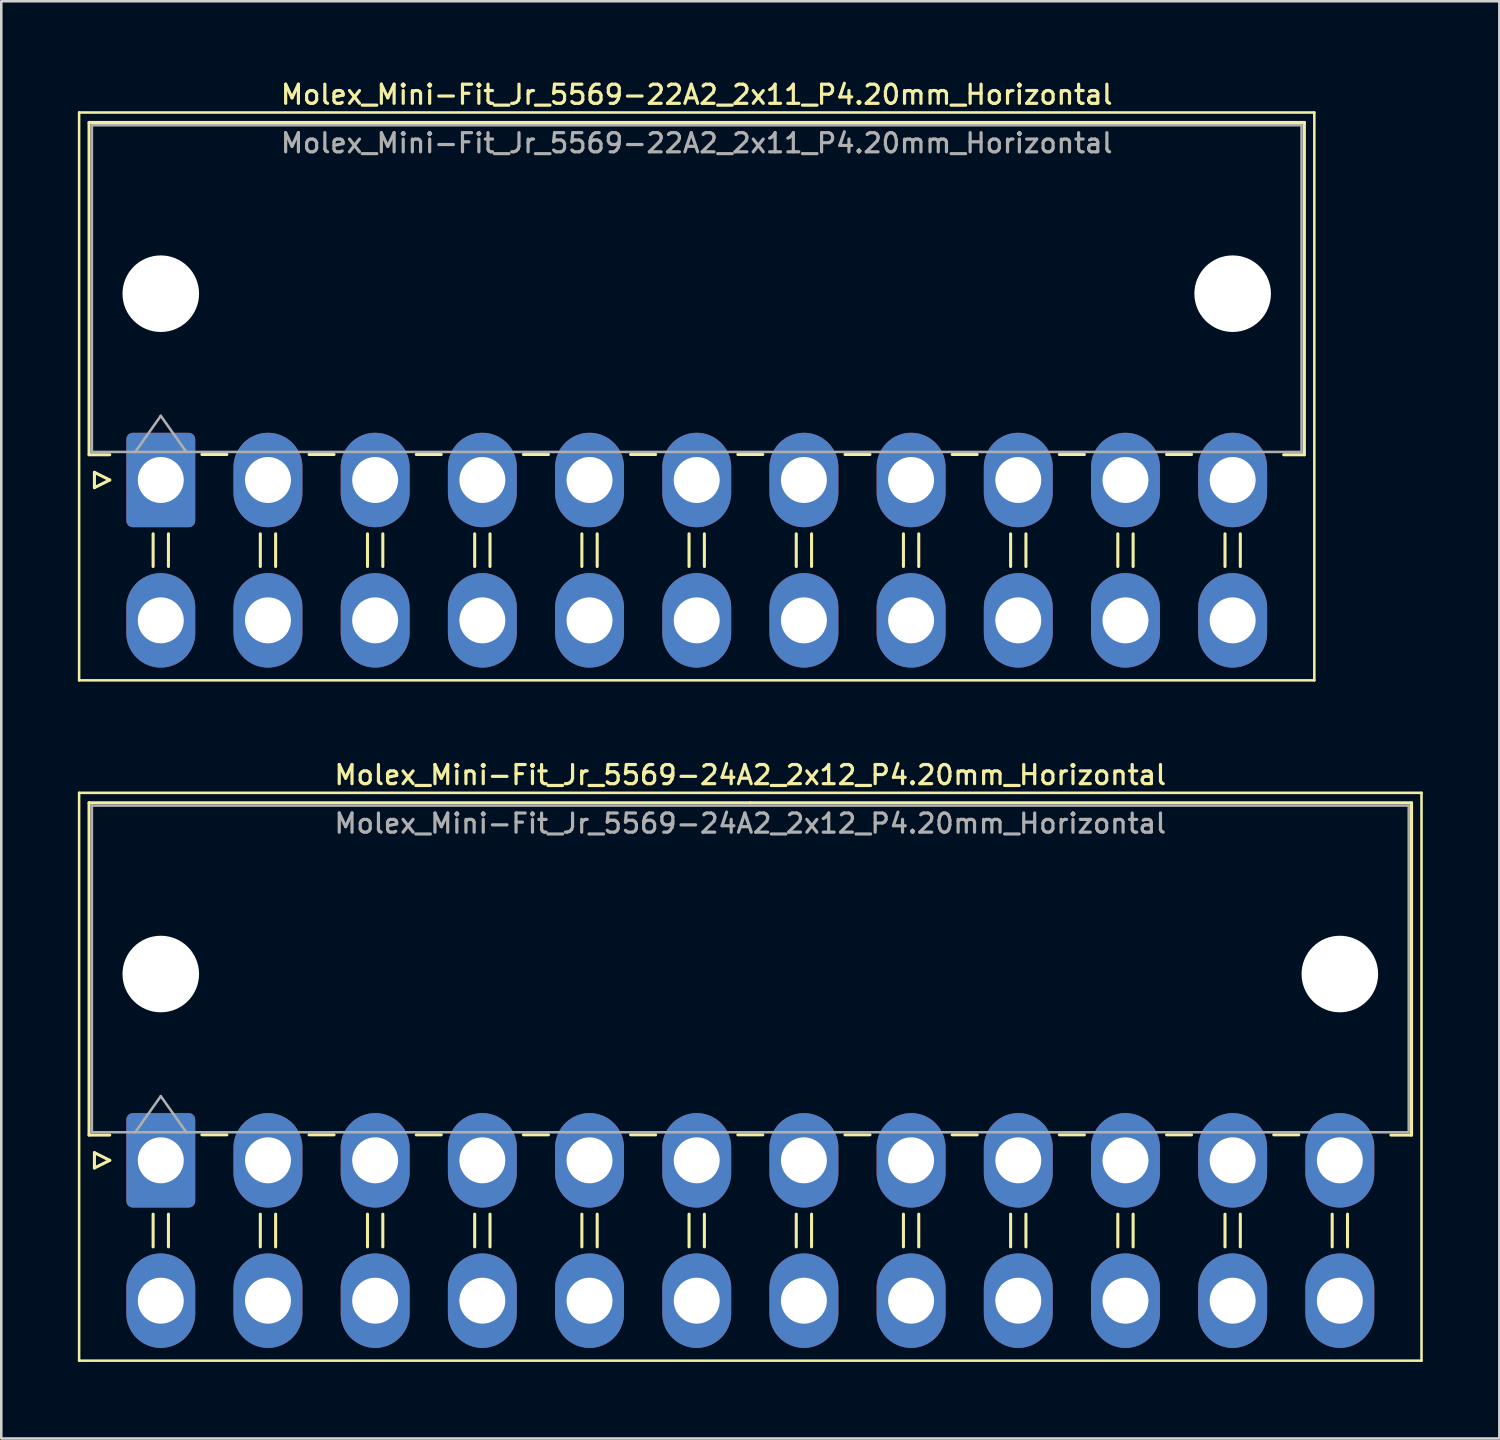
<source format=kicad_pcb>
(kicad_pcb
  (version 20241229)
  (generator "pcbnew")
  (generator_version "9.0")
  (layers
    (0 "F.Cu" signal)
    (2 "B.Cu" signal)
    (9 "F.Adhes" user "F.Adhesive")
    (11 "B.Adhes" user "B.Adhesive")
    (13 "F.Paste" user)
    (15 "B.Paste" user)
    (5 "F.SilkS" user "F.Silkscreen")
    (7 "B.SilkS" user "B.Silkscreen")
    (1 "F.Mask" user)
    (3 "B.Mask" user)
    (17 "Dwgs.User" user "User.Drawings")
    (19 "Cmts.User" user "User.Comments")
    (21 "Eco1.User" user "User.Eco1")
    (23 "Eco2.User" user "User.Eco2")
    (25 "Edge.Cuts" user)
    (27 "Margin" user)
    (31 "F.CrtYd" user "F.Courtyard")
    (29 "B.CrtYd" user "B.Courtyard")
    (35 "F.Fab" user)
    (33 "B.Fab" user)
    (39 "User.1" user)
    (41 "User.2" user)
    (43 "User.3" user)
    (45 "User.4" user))
  (footprint "Molex_Mini-Fit_Jr_5569-22A2_2x11_P4.20mm_Horizontal"
    (layer "F.Cu")
    (at 3.25 15.758)
    (property "Reference" "Molex_Mini-Fit_Jr_5569-22A2_2x11_P4.20mm_Horizontal" (at 21 -15.1 0) (layer "F.SilkS") (effects (font (size 0.75 0.75) (thickness 0.125))))
    (attr through_hole)
    (fp_line (start -3.2 -14.4) (end -3.2 7.85) (stroke (width 0.1) (type solid)) (layer "F.SilkS"))
    (fp_line (start -3.2 7.85) (end 45.2 7.85) (stroke (width 0.1) (type solid)) (layer "F.SilkS"))
    (fp_line (start -2.81 -14.01) (end 21 -14.01) (stroke (width 0.12) (type solid)) (layer "F.SilkS"))
    (fp_line (start -2.81 -0.99) (end -2.81 -14.01) (stroke (width 0.12) (type solid)) (layer "F.SilkS"))
    (fp_line (start -2.6 -0.3) (end -2 0) (stroke (width 0.12) (type solid)) (layer "F.SilkS"))
    (fp_line (start -2.6 0.3) (end -2.6 -0.3) (stroke (width 0.12) (type solid)) (layer "F.SilkS"))
    (fp_line (start -2 -0.99) (end -2.81 -0.99) (stroke (width 0.12) (type solid)) (layer "F.SilkS"))
    (fp_line (start -2 0) (end -2.6 0.3) (stroke (width 0.12) (type solid)) (layer "F.SilkS"))
    (fp_line (start -0.3 2.11) (end -0.3 3.39) (stroke (width 0.12) (type solid)) (layer "F.SilkS"))
    (fp_line (start 0.3 2.11) (end 0.3 3.39) (stroke (width 0.12) (type solid)) (layer "F.SilkS"))
    (fp_line (start 1.61 -1) (end 2.59 -1) (stroke (width 0.12) (type solid)) (layer "F.SilkS"))
    (fp_line (start 3.9 2.11) (end 3.9 3.39) (stroke (width 0.12) (type solid)) (layer "F.SilkS"))
    (fp_line (start 4.5 2.11) (end 4.5 3.39) (stroke (width 0.12) (type solid)) (layer "F.SilkS"))
    (fp_line (start 5.81 -1) (end 6.79 -1) (stroke (width 0.12) (type solid)) (layer "F.SilkS"))
    (fp_line (start 8.1 2.11) (end 8.1 3.39) (stroke (width 0.12) (type solid)) (layer "F.SilkS"))
    (fp_line (start 8.7 2.11) (end 8.7 3.39) (stroke (width 0.12) (type solid)) (layer "F.SilkS"))
    (fp_line (start 10.01 -1) (end 10.99 -1) (stroke (width 0.12) (type solid)) (layer "F.SilkS"))
    (fp_line (start 12.3 2.11) (end 12.3 3.39) (stroke (width 0.12) (type solid)) (layer "F.SilkS"))
    (fp_line (start 12.9 2.11) (end 12.9 3.39) (stroke (width 0.12) (type solid)) (layer "F.SilkS"))
    (fp_line (start 14.21 -1) (end 15.19 -1) (stroke (width 0.12) (type solid)) (layer "F.SilkS"))
    (fp_line (start 16.5 2.11) (end 16.5 3.39) (stroke (width 0.12) (type solid)) (layer "F.SilkS"))
    (fp_line (start 17.1 2.11) (end 17.1 3.39) (stroke (width 0.12) (type solid)) (layer "F.SilkS"))
    (fp_line (start 18.41 -1) (end 19.39 -1) (stroke (width 0.12) (type solid)) (layer "F.SilkS"))
    (fp_line (start 20.7 2.11) (end 20.7 3.39) (stroke (width 0.12) (type solid)) (layer "F.SilkS"))
    (fp_line (start 21.3 2.11) (end 21.3 3.39) (stroke (width 0.12) (type solid)) (layer "F.SilkS"))
    (fp_line (start 22.61 -1) (end 23.59 -1) (stroke (width 0.12) (type solid)) (layer "F.SilkS"))
    (fp_line (start 24.9 2.11) (end 24.9 3.39) (stroke (width 0.12) (type solid)) (layer "F.SilkS"))
    (fp_line (start 25.5 2.11) (end 25.5 3.39) (stroke (width 0.12) (type solid)) (layer "F.SilkS"))
    (fp_line (start 26.81 -1) (end 27.79 -1) (stroke (width 0.12) (type solid)) (layer "F.SilkS"))
    (fp_line (start 29.1 2.11) (end 29.1 3.39) (stroke (width 0.12) (type solid)) (layer "F.SilkS"))
    (fp_line (start 29.7 2.11) (end 29.7 3.39) (stroke (width 0.12) (type solid)) (layer "F.SilkS"))
    (fp_line (start 31.01 -1) (end 31.99 -1) (stroke (width 0.12) (type solid)) (layer "F.SilkS"))
    (fp_line (start 33.3 2.11) (end 33.3 3.39) (stroke (width 0.12) (type solid)) (layer "F.SilkS"))
    (fp_line (start 33.9 2.11) (end 33.9 3.39) (stroke (width 0.12) (type solid)) (layer "F.SilkS"))
    (fp_line (start 35.21 -1) (end 36.19 -1) (stroke (width 0.12) (type solid)) (layer "F.SilkS"))
    (fp_line (start 37.5 2.11) (end 37.5 3.39) (stroke (width 0.12) (type solid)) (layer "F.SilkS"))
    (fp_line (start 38.1 2.11) (end 38.1 3.39) (stroke (width 0.12) (type solid)) (layer "F.SilkS"))
    (fp_line (start 39.41 -1) (end 40.39 -1) (stroke (width 0.12) (type solid)) (layer "F.SilkS"))
    (fp_line (start 41.7 2.11) (end 41.7 3.39) (stroke (width 0.12) (type solid)) (layer "F.SilkS"))
    (fp_line (start 42.3 2.11) (end 42.3 3.39) (stroke (width 0.12) (type solid)) (layer "F.SilkS"))
    (fp_line (start 44 -0.99) (end 44.81 -0.99) (stroke (width 0.12) (type solid)) (layer "F.SilkS"))
    (fp_line (start 44.81 -14.01) (end 21 -14.01) (stroke (width 0.12) (type solid)) (layer "F.SilkS"))
    (fp_line (start 44.81 -0.99) (end 44.81 -14.01) (stroke (width 0.12) (type solid)) (layer "F.SilkS"))
    (fp_line (start 45.2 -14.4) (end -3.2 -14.4) (stroke (width 0.1) (type solid)) (layer "F.SilkS"))
    (fp_line (start 45.2 7.85) (end 45.2 -14.4) (stroke (width 0.1) (type solid)) (layer "F.SilkS"))
    (fp_line (start -2.7 -13.9) (end -2.7 -1.1) (stroke (width 0.1) (type solid)) (layer "F.Fab"))
    (fp_line (start -2.7 -1.1) (end 44.7 -1.1) (stroke (width 0.1) (type solid)) (layer "F.Fab"))
    (fp_line (start -1 -1.1) (end 0 -2.514) (stroke (width 0.1) (type solid)) (layer "F.Fab"))
    (fp_line (start 0 -2.514) (end 1 -1.1) (stroke (width 0.1) (type solid)) (layer "F.Fab"))
    (fp_line (start 44.7 -13.9) (end -2.7 -13.9) (stroke (width 0.1) (type solid)) (layer "F.Fab"))
    (fp_line (start 44.7 -1.1) (end 44.7 -13.9) (stroke (width 0.1) (type solid)) (layer "F.Fab"))
    (fp_text user "${REFERENCE}" (at 21 -13.2 0) (layer "F.Fab") (effects (font (size 0.75 0.75) (thickness 0.125))))
    (pad "" np_thru_hole circle (at 0 -7.3) (size 3 3) (drill 3) (layers "*.Cu" "*.Mask"))
    (pad "" np_thru_hole circle (at 42 -7.3) (size 3 3) (drill 3) (layers "*.Cu" "*.Mask"))
    (pad "1" thru_hole roundrect (at 0 0) (size 2.7 3.7) (drill 1.8) (layers "*.Cu" "*.Mask") (roundrect_rratio 0.093))
    (pad "2" thru_hole oval (at 4.2 0) (size 2.7 3.7) (drill 1.8) (layers "*.Cu" "*.Mask"))
    (pad "3" thru_hole oval (at 8.4 0) (size 2.7 3.7) (drill 1.8) (layers "*.Cu" "*.Mask"))
    (pad "4" thru_hole oval (at 12.6 0) (size 2.7 3.7) (drill 1.8) (layers "*.Cu" "*.Mask"))
    (pad "5" thru_hole oval (at 16.8 0) (size 2.7 3.7) (drill 1.8) (layers "*.Cu" "*.Mask"))
    (pad "6" thru_hole oval (at 21 0) (size 2.7 3.7) (drill 1.8) (layers "*.Cu" "*.Mask"))
    (pad "7" thru_hole oval (at 25.2 0) (size 2.7 3.7) (drill 1.8) (layers "*.Cu" "*.Mask"))
    (pad "8" thru_hole oval (at 29.4 0) (size 2.7 3.7) (drill 1.8) (layers "*.Cu" "*.Mask"))
    (pad "9" thru_hole oval (at 33.6 0) (size 2.7 3.7) (drill 1.8) (layers "*.Cu" "*.Mask"))
    (pad "10" thru_hole oval (at 37.8 0) (size 2.7 3.7) (drill 1.8) (layers "*.Cu" "*.Mask"))
    (pad "11" thru_hole oval (at 42 0) (size 2.7 3.7) (drill 1.8) (layers "*.Cu" "*.Mask"))
    (pad "12" thru_hole oval (at 0 5.5) (size 2.7 3.7) (drill 1.8) (layers "*.Cu" "*.Mask"))
    (pad "13" thru_hole oval (at 4.2 5.5) (size 2.7 3.7) (drill 1.8) (layers "*.Cu" "*.Mask"))
    (pad "14" thru_hole oval (at 8.4 5.5) (size 2.7 3.7) (drill 1.8) (layers "*.Cu" "*.Mask"))
    (pad "15" thru_hole oval (at 12.6 5.5) (size 2.7 3.7) (drill 1.8) (layers "*.Cu" "*.Mask"))
    (pad "16" thru_hole oval (at 16.8 5.5) (size 2.7 3.7) (drill 1.8) (layers "*.Cu" "*.Mask"))
    (pad "17" thru_hole oval (at 21 5.5) (size 2.7 3.7) (drill 1.8) (layers "*.Cu" "*.Mask"))
    (pad "18" thru_hole oval (at 25.2 5.5) (size 2.7 3.7) (drill 1.8) (layers "*.Cu" "*.Mask"))
    (pad "19" thru_hole oval (at 29.4 5.5) (size 2.7 3.7) (drill 1.8) (layers "*.Cu" "*.Mask"))
    (pad "20" thru_hole oval (at 33.6 5.5) (size 2.7 3.7) (drill 1.8) (layers "*.Cu" "*.Mask"))
    (pad "21" thru_hole oval (at 37.8 5.5) (size 2.7 3.7) (drill 1.8) (layers "*.Cu" "*.Mask"))
    (pad "22" thru_hole oval (at 42 5.5) (size 2.7 3.7) (drill 1.8) (layers "*.Cu" "*.Mask")))
  (footprint "Molex_Mini-Fit_Jr_5569-24A2_2x12_P4.20mm_Horizontal"
    (layer "F.Cu")
    (at 3.25 42.416)
    (property "Reference" "Molex_Mini-Fit_Jr_5569-24A2_2x12_P4.20mm_Horizontal" (at 23.1 -15.1 0) (layer "F.SilkS") (effects (font (size 0.75 0.75) (thickness 0.125))))
    (attr through_hole)
    (fp_line (start -3.2 -14.4) (end -3.2 7.85) (stroke (width 0.1) (type solid)) (layer "F.SilkS"))
    (fp_line (start -3.2 7.85) (end 49.4 7.85) (stroke (width 0.1) (type solid)) (layer "F.SilkS"))
    (fp_line (start -2.81 -14.01) (end 23.1 -14.01) (stroke (width 0.12) (type solid)) (layer "F.SilkS"))
    (fp_line (start -2.81 -0.99) (end -2.81 -14.01) (stroke (width 0.12) (type solid)) (layer "F.SilkS"))
    (fp_line (start -2.6 -0.3) (end -2 0) (stroke (width 0.12) (type solid)) (layer "F.SilkS"))
    (fp_line (start -2.6 0.3) (end -2.6 -0.3) (stroke (width 0.12) (type solid)) (layer "F.SilkS"))
    (fp_line (start -2 -0.99) (end -2.81 -0.99) (stroke (width 0.12) (type solid)) (layer "F.SilkS"))
    (fp_line (start -2 0) (end -2.6 0.3) (stroke (width 0.12) (type solid)) (layer "F.SilkS"))
    (fp_line (start -0.3 2.11) (end -0.3 3.39) (stroke (width 0.12) (type solid)) (layer "F.SilkS"))
    (fp_line (start 0.3 2.11) (end 0.3 3.39) (stroke (width 0.12) (type solid)) (layer "F.SilkS"))
    (fp_line (start 1.61 -1) (end 2.59 -1) (stroke (width 0.12) (type solid)) (layer "F.SilkS"))
    (fp_line (start 3.9 2.11) (end 3.9 3.39) (stroke (width 0.12) (type solid)) (layer "F.SilkS"))
    (fp_line (start 4.5 2.11) (end 4.5 3.39) (stroke (width 0.12) (type solid)) (layer "F.SilkS"))
    (fp_line (start 5.81 -1) (end 6.79 -1) (stroke (width 0.12) (type solid)) (layer "F.SilkS"))
    (fp_line (start 8.1 2.11) (end 8.1 3.39) (stroke (width 0.12) (type solid)) (layer "F.SilkS"))
    (fp_line (start 8.7 2.11) (end 8.7 3.39) (stroke (width 0.12) (type solid)) (layer "F.SilkS"))
    (fp_line (start 10.01 -1) (end 10.99 -1) (stroke (width 0.12) (type solid)) (layer "F.SilkS"))
    (fp_line (start 12.3 2.11) (end 12.3 3.39) (stroke (width 0.12) (type solid)) (layer "F.SilkS"))
    (fp_line (start 12.9 2.11) (end 12.9 3.39) (stroke (width 0.12) (type solid)) (layer "F.SilkS"))
    (fp_line (start 14.21 -1) (end 15.19 -1) (stroke (width 0.12) (type solid)) (layer "F.SilkS"))
    (fp_line (start 16.5 2.11) (end 16.5 3.39) (stroke (width 0.12) (type solid)) (layer "F.SilkS"))
    (fp_line (start 17.1 2.11) (end 17.1 3.39) (stroke (width 0.12) (type solid)) (layer "F.SilkS"))
    (fp_line (start 18.41 -1) (end 19.39 -1) (stroke (width 0.12) (type solid)) (layer "F.SilkS"))
    (fp_line (start 20.7 2.11) (end 20.7 3.39) (stroke (width 0.12) (type solid)) (layer "F.SilkS"))
    (fp_line (start 21.3 2.11) (end 21.3 3.39) (stroke (width 0.12) (type solid)) (layer "F.SilkS"))
    (fp_line (start 22.61 -1) (end 23.59 -1) (stroke (width 0.12) (type solid)) (layer "F.SilkS"))
    (fp_line (start 24.9 2.11) (end 24.9 3.39) (stroke (width 0.12) (type solid)) (layer "F.SilkS"))
    (fp_line (start 25.5 2.11) (end 25.5 3.39) (stroke (width 0.12) (type solid)) (layer "F.SilkS"))
    (fp_line (start 26.81 -1) (end 27.79 -1) (stroke (width 0.12) (type solid)) (layer "F.SilkS"))
    (fp_line (start 29.1 2.11) (end 29.1 3.39) (stroke (width 0.12) (type solid)) (layer "F.SilkS"))
    (fp_line (start 29.7 2.11) (end 29.7 3.39) (stroke (width 0.12) (type solid)) (layer "F.SilkS"))
    (fp_line (start 31.01 -1) (end 31.99 -1) (stroke (width 0.12) (type solid)) (layer "F.SilkS"))
    (fp_line (start 33.3 2.11) (end 33.3 3.39) (stroke (width 0.12) (type solid)) (layer "F.SilkS"))
    (fp_line (start 33.9 2.11) (end 33.9 3.39) (stroke (width 0.12) (type solid)) (layer "F.SilkS"))
    (fp_line (start 35.21 -1) (end 36.19 -1) (stroke (width 0.12) (type solid)) (layer "F.SilkS"))
    (fp_line (start 37.5 2.11) (end 37.5 3.39) (stroke (width 0.12) (type solid)) (layer "F.SilkS"))
    (fp_line (start 38.1 2.11) (end 38.1 3.39) (stroke (width 0.12) (type solid)) (layer "F.SilkS"))
    (fp_line (start 39.41 -1) (end 40.39 -1) (stroke (width 0.12) (type solid)) (layer "F.SilkS"))
    (fp_line (start 41.7 2.11) (end 41.7 3.39) (stroke (width 0.12) (type solid)) (layer "F.SilkS"))
    (fp_line (start 42.3 2.11) (end 42.3 3.39) (stroke (width 0.12) (type solid)) (layer "F.SilkS"))
    (fp_line (start 43.61 -1) (end 44.59 -1) (stroke (width 0.12) (type solid)) (layer "F.SilkS"))
    (fp_line (start 45.9 2.11) (end 45.9 3.39) (stroke (width 0.12) (type solid)) (layer "F.SilkS"))
    (fp_line (start 46.5 2.11) (end 46.5 3.39) (stroke (width 0.12) (type solid)) (layer "F.SilkS"))
    (fp_line (start 48.2 -0.99) (end 49.01 -0.99) (stroke (width 0.12) (type solid)) (layer "F.SilkS"))
    (fp_line (start 49.01 -14.01) (end 23.1 -14.01) (stroke (width 0.12) (type solid)) (layer "F.SilkS"))
    (fp_line (start 49.01 -0.99) (end 49.01 -14.01) (stroke (width 0.12) (type solid)) (layer "F.SilkS"))
    (fp_line (start 49.4 -14.4) (end -3.2 -14.4) (stroke (width 0.1) (type solid)) (layer "F.SilkS"))
    (fp_line (start 49.4 7.85) (end 49.4 -14.4) (stroke (width 0.1) (type solid)) (layer "F.SilkS"))
    (fp_line (start -2.7 -13.9) (end -2.7 -1.1) (stroke (width 0.1) (type solid)) (layer "F.Fab"))
    (fp_line (start -2.7 -1.1) (end 48.9 -1.1) (stroke (width 0.1) (type solid)) (layer "F.Fab"))
    (fp_line (start -1 -1.1) (end 0 -2.514) (stroke (width 0.1) (type solid)) (layer "F.Fab"))
    (fp_line (start 0 -2.514) (end 1 -1.1) (stroke (width 0.1) (type solid)) (layer "F.Fab"))
    (fp_line (start 48.9 -13.9) (end -2.7 -13.9) (stroke (width 0.1) (type solid)) (layer "F.Fab"))
    (fp_line (start 48.9 -1.1) (end 48.9 -13.9) (stroke (width 0.1) (type solid)) (layer "F.Fab"))
    (fp_text user "${REFERENCE}" (at 23.1 -13.2 0) (layer "F.Fab") (effects (font (size 0.75 0.75) (thickness 0.125))))
    (pad "" np_thru_hole circle (at 0 -7.3) (size 3 3) (drill 3) (layers "*.Cu" "*.Mask"))
    (pad "" np_thru_hole circle (at 46.2 -7.3) (size 3 3) (drill 3) (layers "*.Cu" "*.Mask"))
    (pad "1" thru_hole roundrect (at 0 0) (size 2.7 3.7) (drill 1.8) (layers "*.Cu" "*.Mask") (roundrect_rratio 0.093))
    (pad "2" thru_hole oval (at 4.2 0) (size 2.7 3.7) (drill 1.8) (layers "*.Cu" "*.Mask"))
    (pad "3" thru_hole oval (at 8.4 0) (size 2.7 3.7) (drill 1.8) (layers "*.Cu" "*.Mask"))
    (pad "4" thru_hole oval (at 12.6 0) (size 2.7 3.7) (drill 1.8) (layers "*.Cu" "*.Mask"))
    (pad "5" thru_hole oval (at 16.8 0) (size 2.7 3.7) (drill 1.8) (layers "*.Cu" "*.Mask"))
    (pad "6" thru_hole oval (at 21 0) (size 2.7 3.7) (drill 1.8) (layers "*.Cu" "*.Mask"))
    (pad "7" thru_hole oval (at 25.2 0) (size 2.7 3.7) (drill 1.8) (layers "*.Cu" "*.Mask"))
    (pad "8" thru_hole oval (at 29.4 0) (size 2.7 3.7) (drill 1.8) (layers "*.Cu" "*.Mask"))
    (pad "9" thru_hole oval (at 33.6 0) (size 2.7 3.7) (drill 1.8) (layers "*.Cu" "*.Mask"))
    (pad "10" thru_hole oval (at 37.8 0) (size 2.7 3.7) (drill 1.8) (layers "*.Cu" "*.Mask"))
    (pad "11" thru_hole oval (at 42 0) (size 2.7 3.7) (drill 1.8) (layers "*.Cu" "*.Mask"))
    (pad "12" thru_hole oval (at 46.2 0) (size 2.7 3.7) (drill 1.8) (layers "*.Cu" "*.Mask"))
    (pad "13" thru_hole oval (at 0 5.5) (size 2.7 3.7) (drill 1.8) (layers "*.Cu" "*.Mask"))
    (pad "14" thru_hole oval (at 4.2 5.5) (size 2.7 3.7) (drill 1.8) (layers "*.Cu" "*.Mask"))
    (pad "15" thru_hole oval (at 8.4 5.5) (size 2.7 3.7) (drill 1.8) (layers "*.Cu" "*.Mask"))
    (pad "16" thru_hole oval (at 12.6 5.5) (size 2.7 3.7) (drill 1.8) (layers "*.Cu" "*.Mask"))
    (pad "17" thru_hole oval (at 16.8 5.5) (size 2.7 3.7) (drill 1.8) (layers "*.Cu" "*.Mask"))
    (pad "18" thru_hole oval (at 21 5.5) (size 2.7 3.7) (drill 1.8) (layers "*.Cu" "*.Mask"))
    (pad "19" thru_hole oval (at 25.2 5.5) (size 2.7 3.7) (drill 1.8) (layers "*.Cu" "*.Mask"))
    (pad "20" thru_hole oval (at 29.4 5.5) (size 2.7 3.7) (drill 1.8) (layers "*.Cu" "*.Mask"))
    (pad "21" thru_hole oval (at 33.6 5.5) (size 2.7 3.7) (drill 1.8) (layers "*.Cu" "*.Mask"))
    (pad "22" thru_hole oval (at 37.8 5.5) (size 2.7 3.7) (drill 1.8) (layers "*.Cu" "*.Mask"))
    (pad "23" thru_hole oval (at 42 5.5) (size 2.7 3.7) (drill 1.8) (layers "*.Cu" "*.Mask"))
    (pad "24" thru_hole oval (at 46.2 5.5) (size 2.7 3.7) (drill 1.8) (layers "*.Cu" "*.Mask")))
  (gr_rect
    (start -3 -3)
    (end 55.7 53.316)
    (stroke (width 0.1) (type default))
    (fill no)
    (layer "Edge.Cuts")))
</source>
